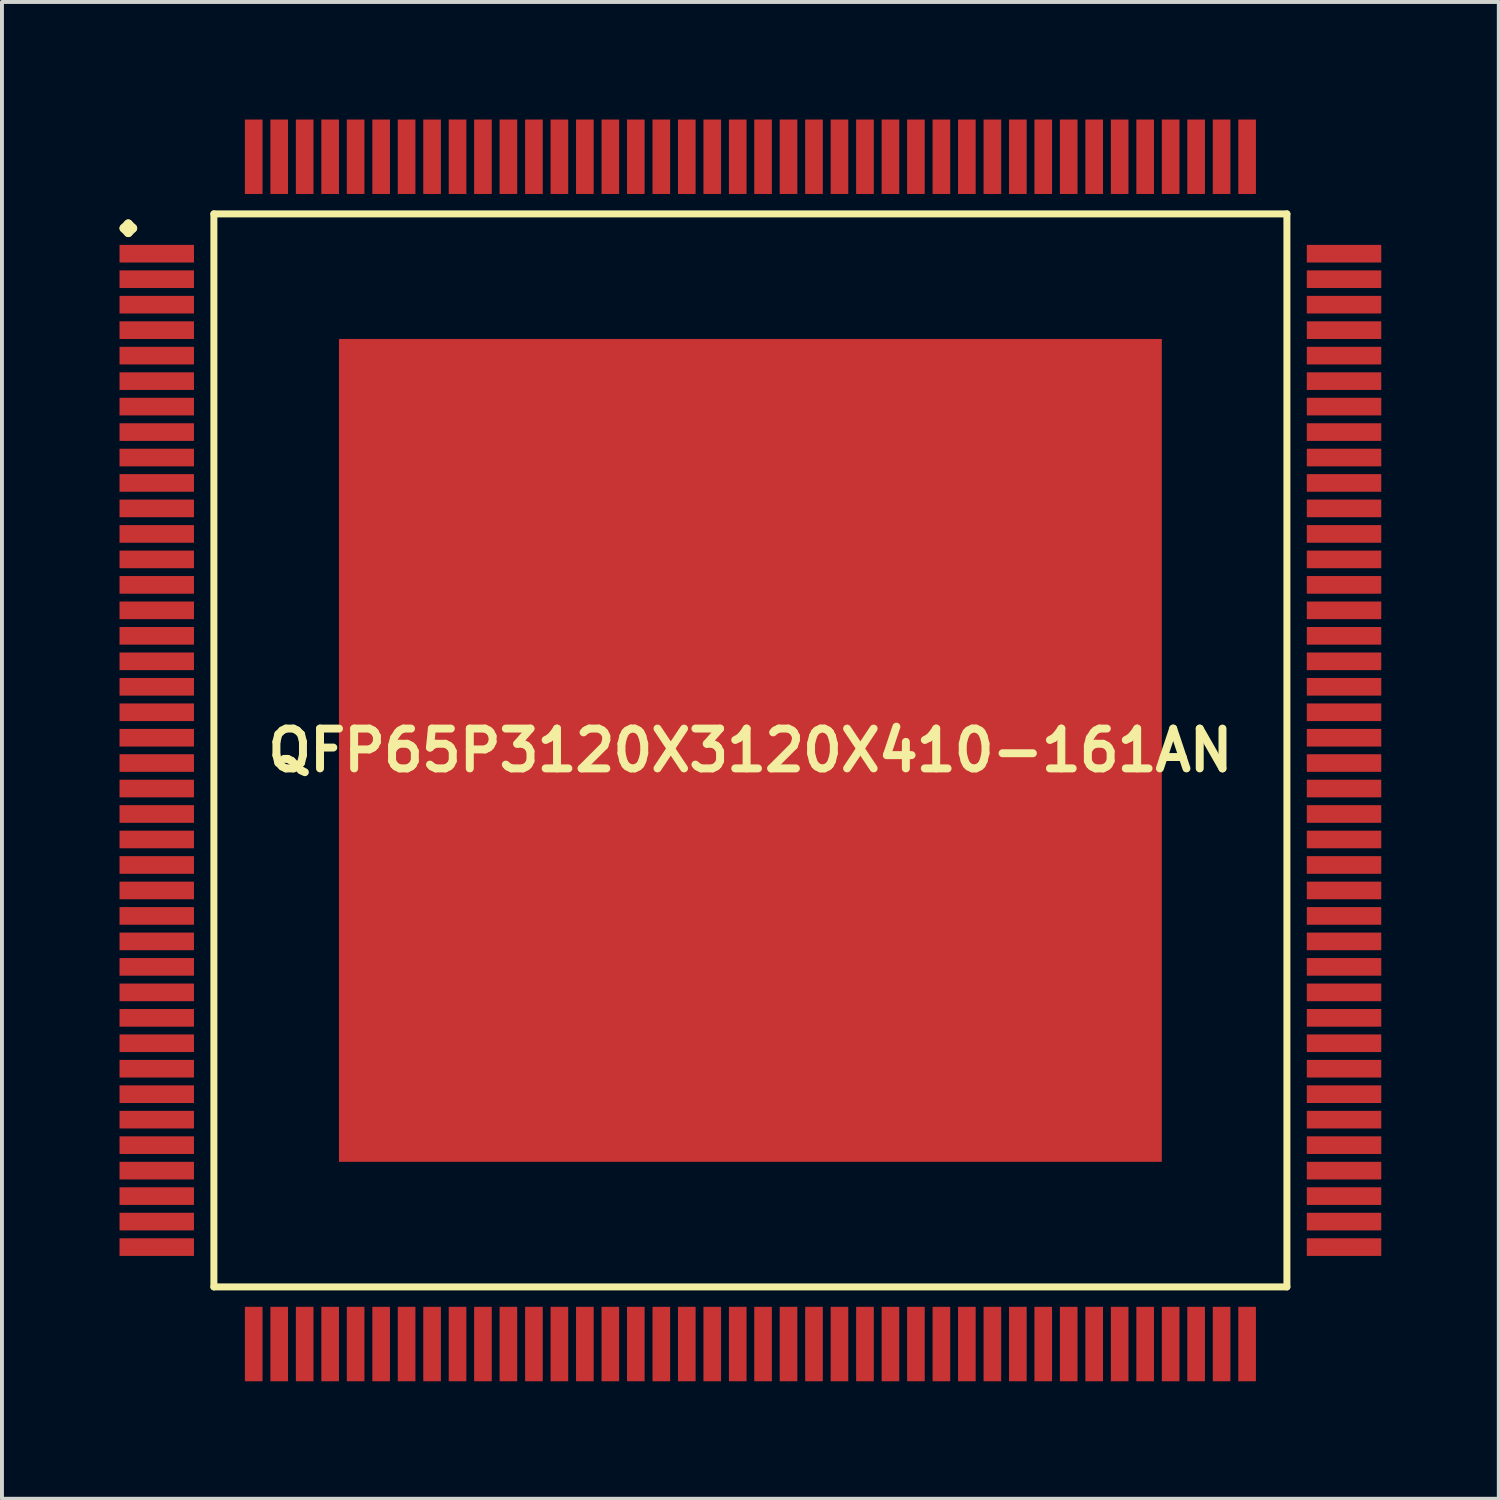
<source format=kicad_pcb>
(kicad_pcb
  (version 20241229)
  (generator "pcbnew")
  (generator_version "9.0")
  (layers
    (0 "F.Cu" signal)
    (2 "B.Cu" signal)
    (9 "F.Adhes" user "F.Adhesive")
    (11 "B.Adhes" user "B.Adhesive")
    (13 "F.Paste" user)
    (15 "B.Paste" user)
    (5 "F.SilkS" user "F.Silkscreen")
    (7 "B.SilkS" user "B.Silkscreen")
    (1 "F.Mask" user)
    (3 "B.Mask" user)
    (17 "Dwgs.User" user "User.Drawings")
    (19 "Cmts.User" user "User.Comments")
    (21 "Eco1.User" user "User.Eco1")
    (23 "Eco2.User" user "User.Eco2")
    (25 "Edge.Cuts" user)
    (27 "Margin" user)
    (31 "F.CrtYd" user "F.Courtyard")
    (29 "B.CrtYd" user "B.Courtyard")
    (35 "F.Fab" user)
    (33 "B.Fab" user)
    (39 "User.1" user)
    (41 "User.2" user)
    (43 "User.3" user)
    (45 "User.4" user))
  (footprint "QFP65P3120X3120X410-161AN"
    (layer "F.Cu")
    (at 16.099 16.099)
    (property "Reference" "QFP65P3120X3120X410-161AN" (at 0 0 0) (layer "F.SilkS") (effects (font (size 1.016 1.016) (thickness 0.203))))
    (attr smd)
    (fp_line (start -15.987 -13.325) (end -15.875 -13.437) (stroke (width 0.224) (type solid)) (layer "F.SilkS"))
    (fp_line (start -15.875 -13.437) (end -15.761 -13.325) (stroke (width 0.224) (type solid)) (layer "F.SilkS"))
    (fp_line (start -15.875 -13.211) (end -15.987 -13.325) (stroke (width 0.224) (type solid)) (layer "F.SilkS"))
    (fp_line (start -15.761 -13.325) (end -15.875 -13.211) (stroke (width 0.224) (type solid)) (layer "F.SilkS"))
    (fp_line (start -13.691 -13.691) (end -13.691 13.691) (stroke (width 0.178) (type solid)) (layer "F.SilkS"))
    (fp_line (start -13.691 13.691) (end 13.691 13.691) (stroke (width 0.178) (type solid)) (layer "F.SilkS"))
    (fp_line (start 13.691 -13.691) (end -13.691 -13.691) (stroke (width 0.178) (type solid)) (layer "F.SilkS"))
    (fp_line (start 13.691 13.691) (end 13.691 -13.691) (stroke (width 0.178) (type solid)) (layer "F.SilkS"))
    (pad "1" smd rect (at -15.149 -12.675) (size 1.9 0.45) (layers "F.Cu" "F.Mask" "F.Paste"))
    (pad "2" smd rect (at -15.149 -12.024) (size 1.9 0.45) (layers "F.Cu" "F.Mask" "F.Paste"))
    (pad "3" smd rect (at -15.149 -11.374) (size 1.9 0.45) (layers "F.Cu" "F.Mask" "F.Paste"))
    (pad "4" smd rect (at -15.149 -10.724) (size 1.9 0.45) (layers "F.Cu" "F.Mask" "F.Paste"))
    (pad "5" smd rect (at -15.149 -10.074) (size 1.9 0.45) (layers "F.Cu" "F.Mask" "F.Paste"))
    (pad "6" smd rect (at -15.149 -9.423) (size 1.9 0.45) (layers "F.Cu" "F.Mask" "F.Paste"))
    (pad "7" smd rect (at -15.149 -8.773) (size 1.9 0.45) (layers "F.Cu" "F.Mask" "F.Paste"))
    (pad "8" smd rect (at -15.149 -8.123) (size 1.9 0.45) (layers "F.Cu" "F.Mask" "F.Paste"))
    (pad "9" smd rect (at -15.149 -7.473) (size 1.9 0.45) (layers "F.Cu" "F.Mask" "F.Paste"))
    (pad "10" smd rect (at -15.149 -6.825) (size 1.9 0.45) (layers "F.Cu" "F.Mask" "F.Paste"))
    (pad "11" smd rect (at -15.149 -6.175) (size 1.9 0.45) (layers "F.Cu" "F.Mask" "F.Paste"))
    (pad "12" smd rect (at -15.149 -5.524) (size 1.9 0.45) (layers "F.Cu" "F.Mask" "F.Paste"))
    (pad "13" smd rect (at -15.149 -4.874) (size 1.9 0.45) (layers "F.Cu" "F.Mask" "F.Paste"))
    (pad "14" smd rect (at -15.149 -4.224) (size 1.9 0.45) (layers "F.Cu" "F.Mask" "F.Paste"))
    (pad "15" smd rect (at -15.149 -3.574) (size 1.9 0.45) (layers "F.Cu" "F.Mask" "F.Paste"))
    (pad "16" smd rect (at -15.149 -2.924) (size 1.9 0.45) (layers "F.Cu" "F.Mask" "F.Paste"))
    (pad "17" smd rect (at -15.149 -2.273) (size 1.9 0.45) (layers "F.Cu" "F.Mask" "F.Paste"))
    (pad "18" smd rect (at -15.149 -1.623) (size 1.9 0.45) (layers "F.Cu" "F.Mask" "F.Paste"))
    (pad "19" smd rect (at -15.149 -0.973) (size 1.9 0.45) (layers "F.Cu" "F.Mask" "F.Paste"))
    (pad "20" smd rect (at -15.149 -0.323) (size 1.9 0.45) (layers "F.Cu" "F.Mask" "F.Paste"))
    (pad "21" smd rect (at -15.149 0.323) (size 1.9 0.45) (layers "F.Cu" "F.Mask" "F.Paste"))
    (pad "22" smd rect (at -15.149 0.973) (size 1.9 0.45) (layers "F.Cu" "F.Mask" "F.Paste"))
    (pad "23" smd rect (at -15.149 1.623) (size 1.9 0.45) (layers "F.Cu" "F.Mask" "F.Paste"))
    (pad "24" smd rect (at -15.149 2.273) (size 1.9 0.45) (layers "F.Cu" "F.Mask" "F.Paste"))
    (pad "25" smd rect (at -15.149 2.924) (size 1.9 0.45) (layers "F.Cu" "F.Mask" "F.Paste"))
    (pad "26" smd rect (at -15.149 3.574) (size 1.9 0.45) (layers "F.Cu" "F.Mask" "F.Paste"))
    (pad "27" smd rect (at -15.149 4.224) (size 1.9 0.45) (layers "F.Cu" "F.Mask" "F.Paste"))
    (pad "28" smd rect (at -15.149 4.874) (size 1.9 0.45) (layers "F.Cu" "F.Mask" "F.Paste"))
    (pad "29" smd rect (at -15.149 5.524) (size 1.9 0.45) (layers "F.Cu" "F.Mask" "F.Paste"))
    (pad "30" smd rect (at -15.149 6.175) (size 1.9 0.45) (layers "F.Cu" "F.Mask" "F.Paste"))
    (pad "31" smd rect (at -15.149 6.825) (size 1.9 0.45) (layers "F.Cu" "F.Mask" "F.Paste"))
    (pad "32" smd rect (at -15.149 7.473) (size 1.9 0.45) (layers "F.Cu" "F.Mask" "F.Paste"))
    (pad "33" smd rect (at -15.149 8.123) (size 1.9 0.45) (layers "F.Cu" "F.Mask" "F.Paste"))
    (pad "34" smd rect (at -15.149 8.773) (size 1.9 0.45) (layers "F.Cu" "F.Mask" "F.Paste"))
    (pad "35" smd rect (at -15.149 9.423) (size 1.9 0.45) (layers "F.Cu" "F.Mask" "F.Paste"))
    (pad "36" smd rect (at -15.149 10.074) (size 1.9 0.45) (layers "F.Cu" "F.Mask" "F.Paste"))
    (pad "37" smd rect (at -15.149 10.724) (size 1.9 0.45) (layers "F.Cu" "F.Mask" "F.Paste"))
    (pad "38" smd rect (at -15.149 11.374) (size 1.9 0.45) (layers "F.Cu" "F.Mask" "F.Paste"))
    (pad "39" smd rect (at -15.149 12.024) (size 1.9 0.45) (layers "F.Cu" "F.Mask" "F.Paste"))
    (pad "40" smd rect (at -15.149 12.675) (size 1.9 0.45) (layers "F.Cu" "F.Mask" "F.Paste"))
    (pad "41" smd rect (at -12.675 15.149) (size 0.45 1.9) (layers "F.Cu" "F.Mask" "F.Paste"))
    (pad "42" smd rect (at -12.024 15.149) (size 0.45 1.9) (layers "F.Cu" "F.Mask" "F.Paste"))
    (pad "43" smd rect (at -11.374 15.149) (size 0.45 1.9) (layers "F.Cu" "F.Mask" "F.Paste"))
    (pad "44" smd rect (at -10.724 15.149) (size 0.45 1.9) (layers "F.Cu" "F.Mask" "F.Paste"))
    (pad "45" smd rect (at -10.074 15.149) (size 0.45 1.9) (layers "F.Cu" "F.Mask" "F.Paste"))
    (pad "46" smd rect (at -9.423 15.149) (size 0.45 1.9) (layers "F.Cu" "F.Mask" "F.Paste"))
    (pad "47" smd rect (at -8.773 15.149) (size 0.45 1.9) (layers "F.Cu" "F.Mask" "F.Paste"))
    (pad "48" smd rect (at -8.123 15.149) (size 0.45 1.9) (layers "F.Cu" "F.Mask" "F.Paste"))
    (pad "49" smd rect (at -7.473 15.149) (size 0.45 1.9) (layers "F.Cu" "F.Mask" "F.Paste"))
    (pad "50" smd rect (at -6.825 15.149) (size 0.45 1.9) (layers "F.Cu" "F.Mask" "F.Paste"))
    (pad "51" smd rect (at -6.175 15.149) (size 0.45 1.9) (layers "F.Cu" "F.Mask" "F.Paste"))
    (pad "52" smd rect (at -5.524 15.149) (size 0.45 1.9) (layers "F.Cu" "F.Mask" "F.Paste"))
    (pad "53" smd rect (at -4.874 15.149) (size 0.45 1.9) (layers "F.Cu" "F.Mask" "F.Paste"))
    (pad "54" smd rect (at -4.224 15.149) (size 0.45 1.9) (layers "F.Cu" "F.Mask" "F.Paste"))
    (pad "55" smd rect (at -3.574 15.149) (size 0.45 1.9) (layers "F.Cu" "F.Mask" "F.Paste"))
    (pad "56" smd rect (at -2.924 15.149) (size 0.45 1.9) (layers "F.Cu" "F.Mask" "F.Paste"))
    (pad "57" smd rect (at -2.273 15.149) (size 0.45 1.9) (layers "F.Cu" "F.Mask" "F.Paste"))
    (pad "58" smd rect (at -1.623 15.149) (size 0.45 1.9) (layers "F.Cu" "F.Mask" "F.Paste"))
    (pad "59" smd rect (at -0.973 15.149) (size 0.45 1.9) (layers "F.Cu" "F.Mask" "F.Paste"))
    (pad "60" smd rect (at -0.323 15.149) (size 0.45 1.9) (layers "F.Cu" "F.Mask" "F.Paste"))
    (pad "61" smd rect (at 0.323 15.149) (size 0.45 1.9) (layers "F.Cu" "F.Mask" "F.Paste"))
    (pad "62" smd rect (at 0.973 15.149) (size 0.45 1.9) (layers "F.Cu" "F.Mask" "F.Paste"))
    (pad "63" smd rect (at 1.623 15.149) (size 0.45 1.9) (layers "F.Cu" "F.Mask" "F.Paste"))
    (pad "64" smd rect (at 2.273 15.149) (size 0.45 1.9) (layers "F.Cu" "F.Mask" "F.Paste"))
    (pad "65" smd rect (at 2.924 15.149) (size 0.45 1.9) (layers "F.Cu" "F.Mask" "F.Paste"))
    (pad "66" smd rect (at 3.574 15.149) (size 0.45 1.9) (layers "F.Cu" "F.Mask" "F.Paste"))
    (pad "67" smd rect (at 4.224 15.149) (size 0.45 1.9) (layers "F.Cu" "F.Mask" "F.Paste"))
    (pad "68" smd rect (at 4.874 15.149) (size 0.45 1.9) (layers "F.Cu" "F.Mask" "F.Paste"))
    (pad "69" smd rect (at 5.524 15.149) (size 0.45 1.9) (layers "F.Cu" "F.Mask" "F.Paste"))
    (pad "70" smd rect (at 6.175 15.149) (size 0.45 1.9) (layers "F.Cu" "F.Mask" "F.Paste"))
    (pad "71" smd rect (at 6.825 15.149) (size 0.45 1.9) (layers "F.Cu" "F.Mask" "F.Paste"))
    (pad "72" smd rect (at 7.473 15.149) (size 0.45 1.9) (layers "F.Cu" "F.Mask" "F.Paste"))
    (pad "73" smd rect (at 8.123 15.149) (size 0.45 1.9) (layers "F.Cu" "F.Mask" "F.Paste"))
    (pad "74" smd rect (at 8.773 15.149) (size 0.45 1.9) (layers "F.Cu" "F.Mask" "F.Paste"))
    (pad "75" smd rect (at 9.423 15.149) (size 0.45 1.9) (layers "F.Cu" "F.Mask" "F.Paste"))
    (pad "76" smd rect (at 10.074 15.149) (size 0.45 1.9) (layers "F.Cu" "F.Mask" "F.Paste"))
    (pad "77" smd rect (at 10.724 15.149) (size 0.45 1.9) (layers "F.Cu" "F.Mask" "F.Paste"))
    (pad "78" smd rect (at 11.374 15.149) (size 0.45 1.9) (layers "F.Cu" "F.Mask" "F.Paste"))
    (pad "79" smd rect (at 12.024 15.149) (size 0.45 1.9) (layers "F.Cu" "F.Mask" "F.Paste"))
    (pad "80" smd rect (at 12.675 15.149) (size 0.45 1.9) (layers "F.Cu" "F.Mask" "F.Paste"))
    (pad "81" smd rect (at 15.149 12.675) (size 1.9 0.45) (layers "F.Cu" "F.Mask" "F.Paste"))
    (pad "82" smd rect (at 15.149 12.024) (size 1.9 0.45) (layers "F.Cu" "F.Mask" "F.Paste"))
    (pad "83" smd rect (at 15.149 11.374) (size 1.9 0.45) (layers "F.Cu" "F.Mask" "F.Paste"))
    (pad "84" smd rect (at 15.149 10.724) (size 1.9 0.45) (layers "F.Cu" "F.Mask" "F.Paste"))
    (pad "85" smd rect (at 15.149 10.074) (size 1.9 0.45) (layers "F.Cu" "F.Mask" "F.Paste"))
    (pad "86" smd rect (at 15.149 9.423) (size 1.9 0.45) (layers "F.Cu" "F.Mask" "F.Paste"))
    (pad "87" smd rect (at 15.149 8.773) (size 1.9 0.45) (layers "F.Cu" "F.Mask" "F.Paste"))
    (pad "88" smd rect (at 15.149 8.123) (size 1.9 0.45) (layers "F.Cu" "F.Mask" "F.Paste"))
    (pad "89" smd rect (at 15.149 7.473) (size 1.9 0.45) (layers "F.Cu" "F.Mask" "F.Paste"))
    (pad "90" smd rect (at 15.149 6.825) (size 1.9 0.45) (layers "F.Cu" "F.Mask" "F.Paste"))
    (pad "91" smd rect (at 15.149 6.175) (size 1.9 0.45) (layers "F.Cu" "F.Mask" "F.Paste"))
    (pad "92" smd rect (at 15.149 5.524) (size 1.9 0.45) (layers "F.Cu" "F.Mask" "F.Paste"))
    (pad "93" smd rect (at 15.149 4.874) (size 1.9 0.45) (layers "F.Cu" "F.Mask" "F.Paste"))
    (pad "94" smd rect (at 15.149 4.224) (size 1.9 0.45) (layers "F.Cu" "F.Mask" "F.Paste"))
    (pad "95" smd rect (at 15.149 3.574) (size 1.9 0.45) (layers "F.Cu" "F.Mask" "F.Paste"))
    (pad "96" smd rect (at 15.149 2.924) (size 1.9 0.45) (layers "F.Cu" "F.Mask" "F.Paste"))
    (pad "97" smd rect (at 15.149 2.273) (size 1.9 0.45) (layers "F.Cu" "F.Mask" "F.Paste"))
    (pad "98" smd rect (at 15.149 1.623) (size 1.9 0.45) (layers "F.Cu" "F.Mask" "F.Paste"))
    (pad "99" smd rect (at 15.149 0.973) (size 1.9 0.45) (layers "F.Cu" "F.Mask" "F.Paste"))
    (pad "100" smd rect (at 15.149 0.323) (size 1.9 0.45) (layers "F.Cu" "F.Mask" "F.Paste"))
    (pad "101" smd rect (at 15.149 -0.323) (size 1.9 0.45) (layers "F.Cu" "F.Mask" "F.Paste"))
    (pad "102" smd rect (at 15.149 -0.973) (size 1.9 0.45) (layers "F.Cu" "F.Mask" "F.Paste"))
    (pad "103" smd rect (at 15.149 -1.623) (size 1.9 0.45) (layers "F.Cu" "F.Mask" "F.Paste"))
    (pad "104" smd rect (at 15.149 -2.273) (size 1.9 0.45) (layers "F.Cu" "F.Mask" "F.Paste"))
    (pad "105" smd rect (at 15.149 -2.924) (size 1.9 0.45) (layers "F.Cu" "F.Mask" "F.Paste"))
    (pad "106" smd rect (at 15.149 -3.574) (size 1.9 0.45) (layers "F.Cu" "F.Mask" "F.Paste"))
    (pad "107" smd rect (at 15.149 -4.224) (size 1.9 0.45) (layers "F.Cu" "F.Mask" "F.Paste"))
    (pad "108" smd rect (at 15.149 -4.874) (size 1.9 0.45) (layers "F.Cu" "F.Mask" "F.Paste"))
    (pad "109" smd rect (at 15.149 -5.524) (size 1.9 0.45) (layers "F.Cu" "F.Mask" "F.Paste"))
    (pad "110" smd rect (at 15.149 -6.175) (size 1.9 0.45) (layers "F.Cu" "F.Mask" "F.Paste"))
    (pad "111" smd rect (at 15.149 -6.825) (size 1.9 0.45) (layers "F.Cu" "F.Mask" "F.Paste"))
    (pad "112" smd rect (at 15.149 -7.473) (size 1.9 0.45) (layers "F.Cu" "F.Mask" "F.Paste"))
    (pad "113" smd rect (at 15.149 -8.123) (size 1.9 0.45) (layers "F.Cu" "F.Mask" "F.Paste"))
    (pad "114" smd rect (at 15.149 -8.773) (size 1.9 0.45) (layers "F.Cu" "F.Mask" "F.Paste"))
    (pad "115" smd rect (at 15.149 -9.423) (size 1.9 0.45) (layers "F.Cu" "F.Mask" "F.Paste"))
    (pad "116" smd rect (at 15.149 -10.074) (size 1.9 0.45) (layers "F.Cu" "F.Mask" "F.Paste"))
    (pad "117" smd rect (at 15.149 -10.724) (size 1.9 0.45) (layers "F.Cu" "F.Mask" "F.Paste"))
    (pad "118" smd rect (at 15.149 -11.374) (size 1.9 0.45) (layers "F.Cu" "F.Mask" "F.Paste"))
    (pad "119" smd rect (at 15.149 -12.024) (size 1.9 0.45) (layers "F.Cu" "F.Mask" "F.Paste"))
    (pad "120" smd rect (at 15.149 -12.675) (size 1.9 0.45) (layers "F.Cu" "F.Mask" "F.Paste"))
    (pad "121" smd rect (at 12.675 -15.149) (size 0.45 1.9) (layers "F.Cu" "F.Mask" "F.Paste"))
    (pad "122" smd rect (at 12.024 -15.149) (size 0.45 1.9) (layers "F.Cu" "F.Mask" "F.Paste"))
    (pad "123" smd rect (at 11.374 -15.149) (size 0.45 1.9) (layers "F.Cu" "F.Mask" "F.Paste"))
    (pad "124" smd rect (at 10.724 -15.149) (size 0.45 1.9) (layers "F.Cu" "F.Mask" "F.Paste"))
    (pad "125" smd rect (at 10.074 -15.149) (size 0.45 1.9) (layers "F.Cu" "F.Mask" "F.Paste"))
    (pad "126" smd rect (at 9.423 -15.149) (size 0.45 1.9) (layers "F.Cu" "F.Mask" "F.Paste"))
    (pad "127" smd rect (at 8.773 -15.149) (size 0.45 1.9) (layers "F.Cu" "F.Mask" "F.Paste"))
    (pad "128" smd rect (at 8.123 -15.149) (size 0.45 1.9) (layers "F.Cu" "F.Mask" "F.Paste"))
    (pad "129" smd rect (at 7.473 -15.149) (size 0.45 1.9) (layers "F.Cu" "F.Mask" "F.Paste"))
    (pad "130" smd rect (at 6.825 -15.149) (size 0.45 1.9) (layers "F.Cu" "F.Mask" "F.Paste"))
    (pad "131" smd rect (at 6.175 -15.149) (size 0.45 1.9) (layers "F.Cu" "F.Mask" "F.Paste"))
    (pad "132" smd rect (at 5.524 -15.149) (size 0.45 1.9) (layers "F.Cu" "F.Mask" "F.Paste"))
    (pad "133" smd rect (at 4.874 -15.149) (size 0.45 1.9) (layers "F.Cu" "F.Mask" "F.Paste"))
    (pad "134" smd rect (at 4.224 -15.149) (size 0.45 1.9) (layers "F.Cu" "F.Mask" "F.Paste"))
    (pad "135" smd rect (at 3.574 -15.149) (size 0.45 1.9) (layers "F.Cu" "F.Mask" "F.Paste"))
    (pad "136" smd rect (at 2.924 -15.149) (size 0.45 1.9) (layers "F.Cu" "F.Mask" "F.Paste"))
    (pad "137" smd rect (at 2.273 -15.149) (size 0.45 1.9) (layers "F.Cu" "F.Mask" "F.Paste"))
    (pad "138" smd rect (at 1.623 -15.149) (size 0.45 1.9) (layers "F.Cu" "F.Mask" "F.Paste"))
    (pad "139" smd rect (at 0.973 -15.149) (size 0.45 1.9) (layers "F.Cu" "F.Mask" "F.Paste"))
    (pad "140" smd rect (at 0.323 -15.149) (size 0.45 1.9) (layers "F.Cu" "F.Mask" "F.Paste"))
    (pad "141" smd rect (at -0.323 -15.149) (size 0.45 1.9) (layers "F.Cu" "F.Mask" "F.Paste"))
    (pad "142" smd rect (at -0.973 -15.149) (size 0.45 1.9) (layers "F.Cu" "F.Mask" "F.Paste"))
    (pad "143" smd rect (at -1.623 -15.149) (size 0.45 1.9) (layers "F.Cu" "F.Mask" "F.Paste"))
    (pad "144" smd rect (at -2.273 -15.149) (size 0.45 1.9) (layers "F.Cu" "F.Mask" "F.Paste"))
    (pad "145" smd rect (at -2.924 -15.149) (size 0.45 1.9) (layers "F.Cu" "F.Mask" "F.Paste"))
    (pad "146" smd rect (at -3.574 -15.149) (size 0.45 1.9) (layers "F.Cu" "F.Mask" "F.Paste"))
    (pad "147" smd rect (at -4.224 -15.149) (size 0.45 1.9) (layers "F.Cu" "F.Mask" "F.Paste"))
    (pad "148" smd rect (at -4.874 -15.149) (size 0.45 1.9) (layers "F.Cu" "F.Mask" "F.Paste"))
    (pad "149" smd rect (at -5.524 -15.149) (size 0.45 1.9) (layers "F.Cu" "F.Mask" "F.Paste"))
    (pad "150" smd rect (at -6.175 -15.149) (size 0.45 1.9) (layers "F.Cu" "F.Mask" "F.Paste"))
    (pad "151" smd rect (at -6.825 -15.149) (size 0.45 1.9) (layers "F.Cu" "F.Mask" "F.Paste"))
    (pad "152" smd rect (at -7.473 -15.149) (size 0.45 1.9) (layers "F.Cu" "F.Mask" "F.Paste"))
    (pad "153" smd rect (at -8.123 -15.149) (size 0.45 1.9) (layers "F.Cu" "F.Mask" "F.Paste"))
    (pad "154" smd rect (at -8.773 -15.149) (size 0.45 1.9) (layers "F.Cu" "F.Mask" "F.Paste"))
    (pad "155" smd rect (at -9.423 -15.149) (size 0.45 1.9) (layers "F.Cu" "F.Mask" "F.Paste"))
    (pad "156" smd rect (at -10.074 -15.149) (size 0.45 1.9) (layers "F.Cu" "F.Mask" "F.Paste"))
    (pad "157" smd rect (at -10.724 -15.149) (size 0.45 1.9) (layers "F.Cu" "F.Mask" "F.Paste"))
    (pad "158" smd rect (at -11.374 -15.149) (size 0.45 1.9) (layers "F.Cu" "F.Mask" "F.Paste"))
    (pad "159" smd rect (at -12.024 -15.149) (size 0.45 1.9) (layers "F.Cu" "F.Mask" "F.Paste"))
    (pad "160" smd rect (at -12.675 -15.149) (size 0.45 1.9) (layers "F.Cu" "F.Mask" "F.Paste"))
    (pad "161" smd rect (at 0 0) (size 20.998 20.998) (layers "F.Cu" "F.Mask" "F.Paste")))
  (gr_rect
    (start -3 -3)
    (end 35.197 35.197)
    (stroke (width 0.1) (type default))
    (fill no)
    (layer "Edge.Cuts")))
</source>
